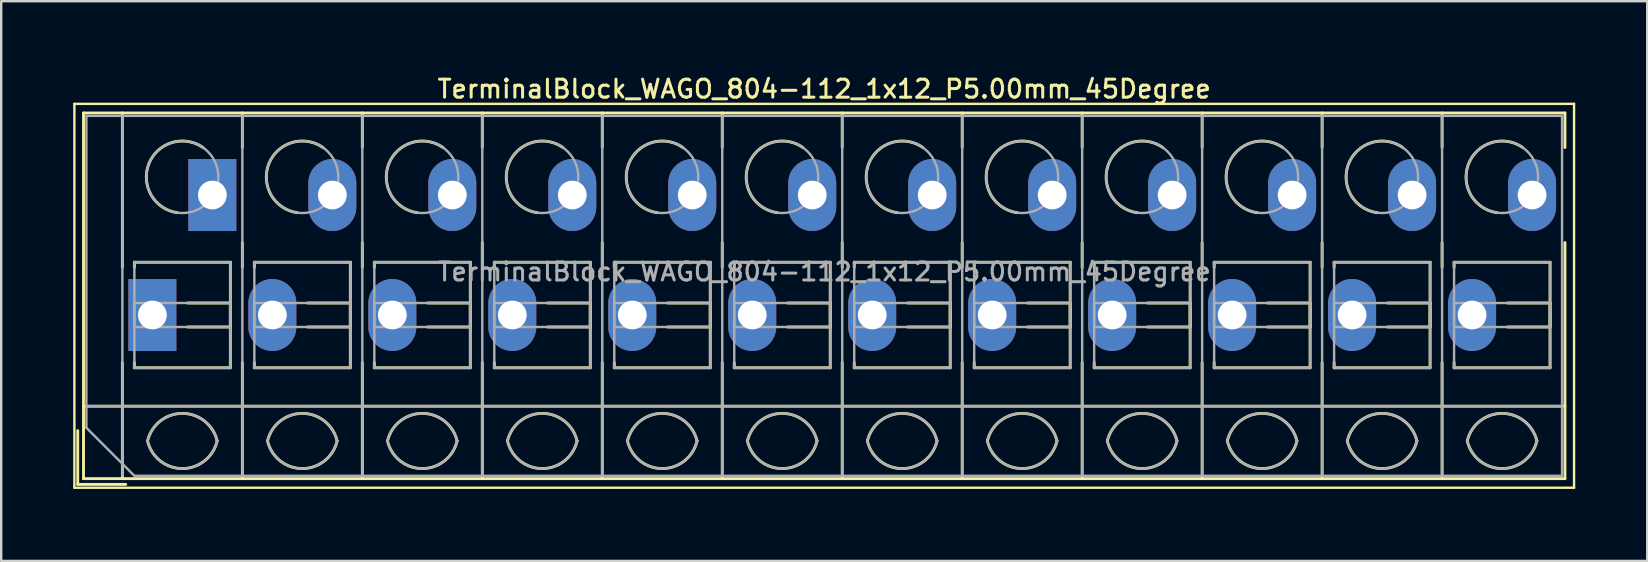
<source format=kicad_pcb>
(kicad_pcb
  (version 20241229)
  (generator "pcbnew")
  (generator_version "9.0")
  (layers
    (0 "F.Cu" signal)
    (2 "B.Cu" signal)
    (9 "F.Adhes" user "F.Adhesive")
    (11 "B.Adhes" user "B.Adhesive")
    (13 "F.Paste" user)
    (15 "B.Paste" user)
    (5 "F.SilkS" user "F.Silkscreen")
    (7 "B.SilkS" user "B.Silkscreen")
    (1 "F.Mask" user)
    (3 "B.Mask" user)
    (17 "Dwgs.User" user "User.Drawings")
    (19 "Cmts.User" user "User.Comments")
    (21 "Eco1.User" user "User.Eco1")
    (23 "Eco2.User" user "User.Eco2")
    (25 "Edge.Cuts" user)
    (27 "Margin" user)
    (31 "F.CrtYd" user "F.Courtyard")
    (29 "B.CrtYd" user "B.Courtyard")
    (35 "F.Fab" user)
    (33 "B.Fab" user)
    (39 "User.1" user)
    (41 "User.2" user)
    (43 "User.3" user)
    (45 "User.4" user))
  (footprint "TerminalBlock_WAGO_804-112_1x12_P5.00mm_45Degree"
    (layer "F.Cu")
    (at 3.3 10.078)
    (property "Reference" "TerminalBlock_WAGO_804-112_1x12_P5.00mm_45Degree" (at 28 -9.42 0) (layer "F.SilkS") (effects (font (size 0.75 0.75) (thickness 0.125))))
    (attr through_hole)
    (fp_line (start -3.25 -8.8) (end -3.25 7.2) (stroke (width 0.1) (type solid)) (layer "F.SilkS"))
    (fp_line (start -3.25 7.2) (end 59.25 7.2) (stroke (width 0.1) (type solid)) (layer "F.SilkS"))
    (fp_line (start -3.11 4.82) (end -3.11 7.06) (stroke (width 0.12) (type solid)) (layer "F.SilkS"))
    (fp_line (start -3.11 7.06) (end -1.11 7.06) (stroke (width 0.12) (type solid)) (layer "F.SilkS"))
    (fp_line (start -2.87 -8.42) (end -2.87 6.82) (stroke (width 0.12) (type solid)) (layer "F.SilkS"))
    (fp_line (start -2.87 -8.42) (end 58.87 -8.42) (stroke (width 0.12) (type solid)) (layer "F.SilkS"))
    (fp_line (start -2.87 3.8) (end 58.87 3.8) (stroke (width 0.12) (type solid)) (layer "F.SilkS"))
    (fp_line (start -2.87 6.82) (end 58.87 6.82) (stroke (width 0.12) (type solid)) (layer "F.SilkS"))
    (fp_line (start -1.25 -8.42) (end -1.25 -1.98) (stroke (width 0.12) (type solid)) (layer "F.SilkS"))
    (fp_line (start -1.25 1.98) (end -1.25 6.82) (stroke (width 0.12) (type solid)) (layer "F.SilkS"))
    (fp_line (start -0.75 -2.2) (end -0.75 -1.98) (stroke (width 0.12) (type solid)) (layer "F.SilkS"))
    (fp_line (start -0.75 -2.2) (end 3.25 -2.2) (stroke (width 0.12) (type solid)) (layer "F.SilkS"))
    (fp_line (start -0.75 1.98) (end -0.75 2.2) (stroke (width 0.12) (type solid)) (layer "F.SilkS"))
    (fp_line (start -0.75 2.2) (end 3.25 2.2) (stroke (width 0.12) (type solid)) (layer "F.SilkS"))
    (fp_line (start 1.48 -0.5) (end 3.25 -0.5) (stroke (width 0.12) (type solid)) (layer "F.SilkS"))
    (fp_line (start 1.48 0.5) (end 3.25 0.5) (stroke (width 0.12) (type solid)) (layer "F.SilkS"))
    (fp_line (start 3.25 -2.2) (end 3.25 2.2) (stroke (width 0.12) (type solid)) (layer "F.SilkS"))
    (fp_line (start 3.25 -0.5) (end 3.25 0.5) (stroke (width 0.12) (type solid)) (layer "F.SilkS"))
    (fp_line (start 3.75 -8.42) (end 3.75 -6.98) (stroke (width 0.12) (type solid)) (layer "F.SilkS"))
    (fp_line (start 3.75 -3.02) (end 3.75 -1.98) (stroke (width 0.12) (type solid)) (layer "F.SilkS"))
    (fp_line (start 3.75 1.98) (end 3.75 6.82) (stroke (width 0.12) (type solid)) (layer "F.SilkS"))
    (fp_line (start 4.25 -2.2) (end 4.25 -1.98) (stroke (width 0.12) (type solid)) (layer "F.SilkS"))
    (fp_line (start 4.25 -2.2) (end 8.25 -2.2) (stroke (width 0.12) (type solid)) (layer "F.SilkS"))
    (fp_line (start 4.25 1.98) (end 4.25 2.2) (stroke (width 0.12) (type solid)) (layer "F.SilkS"))
    (fp_line (start 4.25 2.2) (end 8.25 2.2) (stroke (width 0.12) (type solid)) (layer "F.SilkS"))
    (fp_line (start 6.48 -0.5) (end 8.25 -0.5) (stroke (width 0.12) (type solid)) (layer "F.SilkS"))
    (fp_line (start 6.48 0.5) (end 8.25 0.5) (stroke (width 0.12) (type solid)) (layer "F.SilkS"))
    (fp_line (start 8.25 -2.2) (end 8.25 2.2) (stroke (width 0.12) (type solid)) (layer "F.SilkS"))
    (fp_line (start 8.25 -0.5) (end 8.25 0.5) (stroke (width 0.12) (type solid)) (layer "F.SilkS"))
    (fp_line (start 8.75 -8.42) (end 8.75 -6.98) (stroke (width 0.12) (type solid)) (layer "F.SilkS"))
    (fp_line (start 8.75 -3.02) (end 8.75 -1.98) (stroke (width 0.12) (type solid)) (layer "F.SilkS"))
    (fp_line (start 8.75 1.98) (end 8.75 6.82) (stroke (width 0.12) (type solid)) (layer "F.SilkS"))
    (fp_line (start 9.25 -2.2) (end 9.25 -1.98) (stroke (width 0.12) (type solid)) (layer "F.SilkS"))
    (fp_line (start 9.25 -2.2) (end 13.25 -2.2) (stroke (width 0.12) (type solid)) (layer "F.SilkS"))
    (fp_line (start 9.25 1.98) (end 9.25 2.2) (stroke (width 0.12) (type solid)) (layer "F.SilkS"))
    (fp_line (start 9.25 2.2) (end 13.25 2.2) (stroke (width 0.12) (type solid)) (layer "F.SilkS"))
    (fp_line (start 11.48 -0.5) (end 13.25 -0.5) (stroke (width 0.12) (type solid)) (layer "F.SilkS"))
    (fp_line (start 11.48 0.5) (end 13.25 0.5) (stroke (width 0.12) (type solid)) (layer "F.SilkS"))
    (fp_line (start 13.25 -2.2) (end 13.25 2.2) (stroke (width 0.12) (type solid)) (layer "F.SilkS"))
    (fp_line (start 13.25 -0.5) (end 13.25 0.5) (stroke (width 0.12) (type solid)) (layer "F.SilkS"))
    (fp_line (start 13.75 -8.42) (end 13.75 -6.98) (stroke (width 0.12) (type solid)) (layer "F.SilkS"))
    (fp_line (start 13.75 -3.02) (end 13.75 -1.98) (stroke (width 0.12) (type solid)) (layer "F.SilkS"))
    (fp_line (start 13.75 1.98) (end 13.75 6.82) (stroke (width 0.12) (type solid)) (layer "F.SilkS"))
    (fp_line (start 14.25 -2.2) (end 14.25 -1.98) (stroke (width 0.12) (type solid)) (layer "F.SilkS"))
    (fp_line (start 14.25 -2.2) (end 18.25 -2.2) (stroke (width 0.12) (type solid)) (layer "F.SilkS"))
    (fp_line (start 14.25 1.98) (end 14.25 2.2) (stroke (width 0.12) (type solid)) (layer "F.SilkS"))
    (fp_line (start 14.25 2.2) (end 18.25 2.2) (stroke (width 0.12) (type solid)) (layer "F.SilkS"))
    (fp_line (start 16.48 -0.5) (end 18.25 -0.5) (stroke (width 0.12) (type solid)) (layer "F.SilkS"))
    (fp_line (start 16.48 0.5) (end 18.25 0.5) (stroke (width 0.12) (type solid)) (layer "F.SilkS"))
    (fp_line (start 18.25 -2.2) (end 18.25 2.2) (stroke (width 0.12) (type solid)) (layer "F.SilkS"))
    (fp_line (start 18.25 -0.5) (end 18.25 0.5) (stroke (width 0.12) (type solid)) (layer "F.SilkS"))
    (fp_line (start 18.75 -8.42) (end 18.75 -6.98) (stroke (width 0.12) (type solid)) (layer "F.SilkS"))
    (fp_line (start 18.75 -3.02) (end 18.75 -1.98) (stroke (width 0.12) (type solid)) (layer "F.SilkS"))
    (fp_line (start 18.75 1.98) (end 18.75 6.82) (stroke (width 0.12) (type solid)) (layer "F.SilkS"))
    (fp_line (start 19.25 -2.2) (end 19.25 -1.98) (stroke (width 0.12) (type solid)) (layer "F.SilkS"))
    (fp_line (start 19.25 -2.2) (end 23.25 -2.2) (stroke (width 0.12) (type solid)) (layer "F.SilkS"))
    (fp_line (start 19.25 1.98) (end 19.25 2.2) (stroke (width 0.12) (type solid)) (layer "F.SilkS"))
    (fp_line (start 19.25 2.2) (end 23.25 2.2) (stroke (width 0.12) (type solid)) (layer "F.SilkS"))
    (fp_line (start 21.48 -0.5) (end 23.25 -0.5) (stroke (width 0.12) (type solid)) (layer "F.SilkS"))
    (fp_line (start 21.48 0.5) (end 23.25 0.5) (stroke (width 0.12) (type solid)) (layer "F.SilkS"))
    (fp_line (start 23.25 -2.2) (end 23.25 2.2) (stroke (width 0.12) (type solid)) (layer "F.SilkS"))
    (fp_line (start 23.25 -0.5) (end 23.25 0.5) (stroke (width 0.12) (type solid)) (layer "F.SilkS"))
    (fp_line (start 23.75 -8.42) (end 23.75 -6.98) (stroke (width 0.12) (type solid)) (layer "F.SilkS"))
    (fp_line (start 23.75 -3.02) (end 23.75 -1.98) (stroke (width 0.12) (type solid)) (layer "F.SilkS"))
    (fp_line (start 23.75 1.98) (end 23.75 6.82) (stroke (width 0.12) (type solid)) (layer "F.SilkS"))
    (fp_line (start 24.25 -2.2) (end 24.25 -1.98) (stroke (width 0.12) (type solid)) (layer "F.SilkS"))
    (fp_line (start 24.25 -2.2) (end 28.25 -2.2) (stroke (width 0.12) (type solid)) (layer "F.SilkS"))
    (fp_line (start 24.25 1.98) (end 24.25 2.2) (stroke (width 0.12) (type solid)) (layer "F.SilkS"))
    (fp_line (start 24.25 2.2) (end 28.25 2.2) (stroke (width 0.12) (type solid)) (layer "F.SilkS"))
    (fp_line (start 26.48 -0.5) (end 28.25 -0.5) (stroke (width 0.12) (type solid)) (layer "F.SilkS"))
    (fp_line (start 26.48 0.5) (end 28.25 0.5) (stroke (width 0.12) (type solid)) (layer "F.SilkS"))
    (fp_line (start 28.25 -2.2) (end 28.25 2.2) (stroke (width 0.12) (type solid)) (layer "F.SilkS"))
    (fp_line (start 28.25 -0.5) (end 28.25 0.5) (stroke (width 0.12) (type solid)) (layer "F.SilkS"))
    (fp_line (start 28.75 -8.42) (end 28.75 -6.98) (stroke (width 0.12) (type solid)) (layer "F.SilkS"))
    (fp_line (start 28.75 -3.02) (end 28.75 -1.98) (stroke (width 0.12) (type solid)) (layer "F.SilkS"))
    (fp_line (start 28.75 1.98) (end 28.75 6.82) (stroke (width 0.12) (type solid)) (layer "F.SilkS"))
    (fp_line (start 29.25 -2.2) (end 29.25 -1.98) (stroke (width 0.12) (type solid)) (layer "F.SilkS"))
    (fp_line (start 29.25 -2.2) (end 33.25 -2.2) (stroke (width 0.12) (type solid)) (layer "F.SilkS"))
    (fp_line (start 29.25 1.98) (end 29.25 2.2) (stroke (width 0.12) (type solid)) (layer "F.SilkS"))
    (fp_line (start 29.25 2.2) (end 33.25 2.2) (stroke (width 0.12) (type solid)) (layer "F.SilkS"))
    (fp_line (start 31.48 -0.5) (end 33.25 -0.5) (stroke (width 0.12) (type solid)) (layer "F.SilkS"))
    (fp_line (start 31.48 0.5) (end 33.25 0.5) (stroke (width 0.12) (type solid)) (layer "F.SilkS"))
    (fp_line (start 33.25 -2.2) (end 33.25 2.2) (stroke (width 0.12) (type solid)) (layer "F.SilkS"))
    (fp_line (start 33.25 -0.5) (end 33.25 0.5) (stroke (width 0.12) (type solid)) (layer "F.SilkS"))
    (fp_line (start 33.75 -8.42) (end 33.75 -6.98) (stroke (width 0.12) (type solid)) (layer "F.SilkS"))
    (fp_line (start 33.75 -3.02) (end 33.75 -1.98) (stroke (width 0.12) (type solid)) (layer "F.SilkS"))
    (fp_line (start 33.75 1.98) (end 33.75 6.82) (stroke (width 0.12) (type solid)) (layer "F.SilkS"))
    (fp_line (start 34.25 -2.2) (end 34.25 -1.98) (stroke (width 0.12) (type solid)) (layer "F.SilkS"))
    (fp_line (start 34.25 -2.2) (end 38.25 -2.2) (stroke (width 0.12) (type solid)) (layer "F.SilkS"))
    (fp_line (start 34.25 1.98) (end 34.25 2.2) (stroke (width 0.12) (type solid)) (layer "F.SilkS"))
    (fp_line (start 34.25 2.2) (end 38.25 2.2) (stroke (width 0.12) (type solid)) (layer "F.SilkS"))
    (fp_line (start 36.48 -0.5) (end 38.25 -0.5) (stroke (width 0.12) (type solid)) (layer "F.SilkS"))
    (fp_line (start 36.48 0.5) (end 38.25 0.5) (stroke (width 0.12) (type solid)) (layer "F.SilkS"))
    (fp_line (start 38.25 -2.2) (end 38.25 2.2) (stroke (width 0.12) (type solid)) (layer "F.SilkS"))
    (fp_line (start 38.25 -0.5) (end 38.25 0.5) (stroke (width 0.12) (type solid)) (layer "F.SilkS"))
    (fp_line (start 38.75 -8.42) (end 38.75 -6.98) (stroke (width 0.12) (type solid)) (layer "F.SilkS"))
    (fp_line (start 38.75 -3.02) (end 38.75 -1.98) (stroke (width 0.12) (type solid)) (layer "F.SilkS"))
    (fp_line (start 38.75 1.98) (end 38.75 6.82) (stroke (width 0.12) (type solid)) (layer "F.SilkS"))
    (fp_line (start 39.25 -2.2) (end 39.25 -1.98) (stroke (width 0.12) (type solid)) (layer "F.SilkS"))
    (fp_line (start 39.25 -2.2) (end 43.25 -2.2) (stroke (width 0.12) (type solid)) (layer "F.SilkS"))
    (fp_line (start 39.25 1.98) (end 39.25 2.2) (stroke (width 0.12) (type solid)) (layer "F.SilkS"))
    (fp_line (start 39.25 2.2) (end 43.25 2.2) (stroke (width 0.12) (type solid)) (layer "F.SilkS"))
    (fp_line (start 41.48 -0.5) (end 43.25 -0.5) (stroke (width 0.12) (type solid)) (layer "F.SilkS"))
    (fp_line (start 41.48 0.5) (end 43.25 0.5) (stroke (width 0.12) (type solid)) (layer "F.SilkS"))
    (fp_line (start 43.25 -2.2) (end 43.25 2.2) (stroke (width 0.12) (type solid)) (layer "F.SilkS"))
    (fp_line (start 43.25 -0.5) (end 43.25 0.5) (stroke (width 0.12) (type solid)) (layer "F.SilkS"))
    (fp_line (start 43.75 -8.42) (end 43.75 -6.98) (stroke (width 0.12) (type solid)) (layer "F.SilkS"))
    (fp_line (start 43.75 -3.02) (end 43.75 -1.98) (stroke (width 0.12) (type solid)) (layer "F.SilkS"))
    (fp_line (start 43.75 1.98) (end 43.75 6.82) (stroke (width 0.12) (type solid)) (layer "F.SilkS"))
    (fp_line (start 44.25 -2.2) (end 44.25 -1.98) (stroke (width 0.12) (type solid)) (layer "F.SilkS"))
    (fp_line (start 44.25 -2.2) (end 48.25 -2.2) (stroke (width 0.12) (type solid)) (layer "F.SilkS"))
    (fp_line (start 44.25 1.98) (end 44.25 2.2) (stroke (width 0.12) (type solid)) (layer "F.SilkS"))
    (fp_line (start 44.25 2.2) (end 48.25 2.2) (stroke (width 0.12) (type solid)) (layer "F.SilkS"))
    (fp_line (start 46.48 -0.5) (end 48.25 -0.5) (stroke (width 0.12) (type solid)) (layer "F.SilkS"))
    (fp_line (start 46.48 0.5) (end 48.25 0.5) (stroke (width 0.12) (type solid)) (layer "F.SilkS"))
    (fp_line (start 48.25 -2.2) (end 48.25 2.2) (stroke (width 0.12) (type solid)) (layer "F.SilkS"))
    (fp_line (start 48.25 -0.5) (end 48.25 0.5) (stroke (width 0.12) (type solid)) (layer "F.SilkS"))
    (fp_line (start 48.75 -8.42) (end 48.75 -6.98) (stroke (width 0.12) (type solid)) (layer "F.SilkS"))
    (fp_line (start 48.75 -3.02) (end 48.75 -1.98) (stroke (width 0.12) (type solid)) (layer "F.SilkS"))
    (fp_line (start 48.75 1.98) (end 48.75 6.82) (stroke (width 0.12) (type solid)) (layer "F.SilkS"))
    (fp_line (start 49.25 -2.2) (end 49.25 -1.98) (stroke (width 0.12) (type solid)) (layer "F.SilkS"))
    (fp_line (start 49.25 -2.2) (end 53.25 -2.2) (stroke (width 0.12) (type solid)) (layer "F.SilkS"))
    (fp_line (start 49.25 1.98) (end 49.25 2.2) (stroke (width 0.12) (type solid)) (layer "F.SilkS"))
    (fp_line (start 49.25 2.2) (end 53.25 2.2) (stroke (width 0.12) (type solid)) (layer "F.SilkS"))
    (fp_line (start 51.48 -0.5) (end 53.25 -0.5) (stroke (width 0.12) (type solid)) (layer "F.SilkS"))
    (fp_line (start 51.48 0.5) (end 53.25 0.5) (stroke (width 0.12) (type solid)) (layer "F.SilkS"))
    (fp_line (start 53.25 -2.2) (end 53.25 2.2) (stroke (width 0.12) (type solid)) (layer "F.SilkS"))
    (fp_line (start 53.25 -0.5) (end 53.25 0.5) (stroke (width 0.12) (type solid)) (layer "F.SilkS"))
    (fp_line (start 53.75 -8.42) (end 53.75 -6.98) (stroke (width 0.12) (type solid)) (layer "F.SilkS"))
    (fp_line (start 53.75 -3.02) (end 53.75 -1.98) (stroke (width 0.12) (type solid)) (layer "F.SilkS"))
    (fp_line (start 53.75 1.98) (end 53.75 6.82) (stroke (width 0.12) (type solid)) (layer "F.SilkS"))
    (fp_line (start 54.25 -2.2) (end 54.25 -1.98) (stroke (width 0.12) (type solid)) (layer "F.SilkS"))
    (fp_line (start 54.25 -2.2) (end 58.25 -2.2) (stroke (width 0.12) (type solid)) (layer "F.SilkS"))
    (fp_line (start 54.25 1.98) (end 54.25 2.2) (stroke (width 0.12) (type solid)) (layer "F.SilkS"))
    (fp_line (start 54.25 2.2) (end 58.25 2.2) (stroke (width 0.12) (type solid)) (layer "F.SilkS"))
    (fp_line (start 56.48 -0.5) (end 58.25 -0.5) (stroke (width 0.12) (type solid)) (layer "F.SilkS"))
    (fp_line (start 56.48 0.5) (end 58.25 0.5) (stroke (width 0.12) (type solid)) (layer "F.SilkS"))
    (fp_line (start 58.25 -2.2) (end 58.25 2.2) (stroke (width 0.12) (type solid)) (layer "F.SilkS"))
    (fp_line (start 58.25 -0.5) (end 58.25 0.5) (stroke (width 0.12) (type solid)) (layer "F.SilkS"))
    (fp_line (start 58.87 -8.42) (end 58.87 -6.98) (stroke (width 0.12) (type solid)) (layer "F.SilkS"))
    (fp_line (start 58.87 -3.02) (end 58.87 6.82) (stroke (width 0.12) (type solid)) (layer "F.SilkS"))
    (fp_line (start 59.25 -8.8) (end -3.25 -8.8) (stroke (width 0.1) (type solid)) (layer "F.SilkS"))
    (fp_line (start 59.25 7.2) (end 59.25 -8.8) (stroke (width 0.1) (type solid)) (layer "F.SilkS"))
    (fp_arc (start -0.200865 5.250424) (mid 1.250296 4.099926) (end 2.701 5.251) (stroke (width 0.12) (type solid)) (layer "F.SilkS"))
    (fp_arc (start 1.040798 -4.264067) (mid -0.146039 -6.300306) (end 2.111 -6.979) (stroke (width 0.12) (type solid)) (layer "F.SilkS"))
    (fp_arc (start 2.7 5.25) (mid 1.250068 6.400101) (end -0.199969 5.250133) (stroke (width 0.12) (type solid)) (layer "F.SilkS"))
    (fp_arc (start 4.799135 5.250424) (mid 6.250296 4.099926) (end 7.701 5.251) (stroke (width 0.12) (type solid)) (layer "F.SilkS"))
    (fp_arc (start 6.040798 -4.264067) (mid 4.853961 -6.300306) (end 7.111 -6.979) (stroke (width 0.12) (type solid)) (layer "F.SilkS"))
    (fp_arc (start 7.7 5.25) (mid 6.250068 6.400101) (end 4.800031 5.250133) (stroke (width 0.12) (type solid)) (layer "F.SilkS"))
    (fp_arc (start 9.799135 5.250424) (mid 11.250296 4.099926) (end 12.701 5.251) (stroke (width 0.12) (type solid)) (layer "F.SilkS"))
    (fp_arc (start 11.040798 -4.264067) (mid 9.853961 -6.300306) (end 12.111 -6.979) (stroke (width 0.12) (type solid)) (layer "F.SilkS"))
    (fp_arc (start 12.7 5.25) (mid 11.250068 6.400101) (end 9.800031 5.250133) (stroke (width 0.12) (type solid)) (layer "F.SilkS"))
    (fp_arc (start 14.799135 5.250424) (mid 16.250296 4.099926) (end 17.701 5.251) (stroke (width 0.12) (type solid)) (layer "F.SilkS"))
    (fp_arc (start 16.040798 -4.264067) (mid 14.853961 -6.300306) (end 17.111 -6.979) (stroke (width 0.12) (type solid)) (layer "F.SilkS"))
    (fp_arc (start 17.7 5.25) (mid 16.250068 6.400101) (end 14.800031 5.250133) (stroke (width 0.12) (type solid)) (layer "F.SilkS"))
    (fp_arc (start 19.799135 5.250424) (mid 21.250296 4.099926) (end 22.701 5.251) (stroke (width 0.12) (type solid)) (layer "F.SilkS"))
    (fp_arc (start 21.040798 -4.264067) (mid 19.853961 -6.300306) (end 22.111 -6.979) (stroke (width 0.12) (type solid)) (layer "F.SilkS"))
    (fp_arc (start 22.7 5.25) (mid 21.250068 6.400101) (end 19.800031 5.250133) (stroke (width 0.12) (type solid)) (layer "F.SilkS"))
    (fp_arc (start 24.799135 5.250424) (mid 26.250296 4.099926) (end 27.701 5.251) (stroke (width 0.12) (type solid)) (layer "F.SilkS"))
    (fp_arc (start 26.040798 -4.264067) (mid 24.853961 -6.300306) (end 27.111 -6.979) (stroke (width 0.12) (type solid)) (layer "F.SilkS"))
    (fp_arc (start 27.7 5.25) (mid 26.250068 6.400101) (end 24.800031 5.250133) (stroke (width 0.12) (type solid)) (layer "F.SilkS"))
    (fp_arc (start 29.799135 5.250424) (mid 31.250296 4.099926) (end 32.701 5.251) (stroke (width 0.12) (type solid)) (layer "F.SilkS"))
    (fp_arc (start 31.040798 -4.264067) (mid 29.853961 -6.300306) (end 32.111 -6.979) (stroke (width 0.12) (type solid)) (layer "F.SilkS"))
    (fp_arc (start 32.701 5.25) (mid 31.250296 6.401074) (end 29.799135 5.250576) (stroke (width 0.12) (type solid)) (layer "F.SilkS"))
    (fp_arc (start 34.799135 5.250424) (mid 36.250296 4.099926) (end 37.701 5.251) (stroke (width 0.12) (type solid)) (layer "F.SilkS"))
    (fp_arc (start 36.040798 -4.264067) (mid 34.853961 -6.300306) (end 37.111 -6.979) (stroke (width 0.12) (type solid)) (layer "F.SilkS"))
    (fp_arc (start 37.7 5.25) (mid 36.250068 6.400101) (end 34.800031 5.250133) (stroke (width 0.12) (type solid)) (layer "F.SilkS"))
    (fp_arc (start 39.799135 5.250424) (mid 41.250296 4.099926) (end 42.701 5.251) (stroke (width 0.12) (type solid)) (layer "F.SilkS"))
    (fp_arc (start 41.040798 -4.264067) (mid 39.853961 -6.300306) (end 42.111 -6.979) (stroke (width 0.12) (type solid)) (layer "F.SilkS"))
    (fp_arc (start 42.7 5.25) (mid 41.250068 6.400101) (end 39.800031 5.250133) (stroke (width 0.12) (type solid)) (layer "F.SilkS"))
    (fp_arc (start 44.799135 5.250424) (mid 46.250296 4.099926) (end 47.701 5.251) (stroke (width 0.12) (type solid)) (layer "F.SilkS"))
    (fp_arc (start 46.040798 -4.264067) (mid 44.853961 -6.300306) (end 47.111 -6.979) (stroke (width 0.12) (type solid)) (layer "F.SilkS"))
    (fp_arc (start 47.7 5.25) (mid 46.250068 6.400101) (end 44.800031 5.250133) (stroke (width 0.12) (type solid)) (layer "F.SilkS"))
    (fp_arc (start 49.799135 5.250424) (mid 51.250296 4.099926) (end 52.701 5.251) (stroke (width 0.12) (type solid)) (layer "F.SilkS"))
    (fp_arc (start 51.040798 -4.264067) (mid 49.853961 -6.300306) (end 52.111 -6.979) (stroke (width 0.12) (type solid)) (layer "F.SilkS"))
    (fp_arc (start 52.7 5.25) (mid 51.250068 6.400101) (end 49.800031 5.250133) (stroke (width 0.12) (type solid)) (layer "F.SilkS"))
    (fp_arc (start 54.799135 5.250424) (mid 56.250296 4.099926) (end 57.701 5.251) (stroke (width 0.12) (type solid)) (layer "F.SilkS"))
    (fp_arc (start 56.040798 -4.264067) (mid 54.853961 -6.300306) (end 57.111 -6.979) (stroke (width 0.12) (type solid)) (layer "F.SilkS"))
    (fp_arc (start 57.7 5.25) (mid 56.250068 6.400101) (end 54.800031 5.250133) (stroke (width 0.12) (type solid)) (layer "F.SilkS"))
    (fp_line (start -2.75 -8.3) (end 58.75 -8.3) (stroke (width 0.1) (type solid)) (layer "F.Fab"))
    (fp_line (start -2.75 3.8) (end 58.75 3.8) (stroke (width 0.1) (type solid)) (layer "F.Fab"))
    (fp_line (start -2.75 4.7) (end -2.75 -8.3) (stroke (width 0.1) (type solid)) (layer "F.Fab"))
    (fp_line (start -1.25 -8.3) (end -1.25 6.7) (stroke (width 0.1) (type solid)) (layer "F.Fab"))
    (fp_line (start -0.75 -2.2) (end -0.75 2.2) (stroke (width 0.1) (type solid)) (layer "F.Fab"))
    (fp_line (start -0.75 -0.5) (end -0.75 0.5) (stroke (width 0.1) (type solid)) (layer "F.Fab"))
    (fp_line (start -0.75 0.5) (end 3.25 0.5) (stroke (width 0.1) (type solid)) (layer "F.Fab"))
    (fp_line (start -0.75 2.2) (end 3.25 2.2) (stroke (width 0.1) (type solid)) (layer "F.Fab"))
    (fp_line (start -0.75 6.7) (end -2.75 4.7) (stroke (width 0.1) (type solid)) (layer "F.Fab"))
    (fp_line (start 3.25 -2.2) (end -0.75 -2.2) (stroke (width 0.1) (type solid)) (layer "F.Fab"))
    (fp_line (start 3.25 -0.5) (end -0.75 -0.5) (stroke (width 0.1) (type solid)) (layer "F.Fab"))
    (fp_line (start 3.25 0.5) (end 3.25 -0.5) (stroke (width 0.1) (type solid)) (layer "F.Fab"))
    (fp_line (start 3.25 2.2) (end 3.25 -2.2) (stroke (width 0.1) (type solid)) (layer "F.Fab"))
    (fp_line (start 3.75 -8.3) (end 3.75 6.7) (stroke (width 0.1) (type solid)) (layer "F.Fab"))
    (fp_line (start 4.25 -2.2) (end 4.25 2.2) (stroke (width 0.1) (type solid)) (layer "F.Fab"))
    (fp_line (start 4.25 -0.5) (end 4.25 0.5) (stroke (width 0.1) (type solid)) (layer "F.Fab"))
    (fp_line (start 4.25 0.5) (end 8.25 0.5) (stroke (width 0.1) (type solid)) (layer "F.Fab"))
    (fp_line (start 4.25 2.2) (end 8.25 2.2) (stroke (width 0.1) (type solid)) (layer "F.Fab"))
    (fp_line (start 8.25 -2.2) (end 4.25 -2.2) (stroke (width 0.1) (type solid)) (layer "F.Fab"))
    (fp_line (start 8.25 -0.5) (end 4.25 -0.5) (stroke (width 0.1) (type solid)) (layer "F.Fab"))
    (fp_line (start 8.25 0.5) (end 8.25 -0.5) (stroke (width 0.1) (type solid)) (layer "F.Fab"))
    (fp_line (start 8.25 2.2) (end 8.25 -2.2) (stroke (width 0.1) (type solid)) (layer "F.Fab"))
    (fp_line (start 8.75 -8.3) (end 8.75 6.7) (stroke (width 0.1) (type solid)) (layer "F.Fab"))
    (fp_line (start 9.25 -2.2) (end 9.25 2.2) (stroke (width 0.1) (type solid)) (layer "F.Fab"))
    (fp_line (start 9.25 -0.5) (end 9.25 0.5) (stroke (width 0.1) (type solid)) (layer "F.Fab"))
    (fp_line (start 9.25 0.5) (end 13.25 0.5) (stroke (width 0.1) (type solid)) (layer "F.Fab"))
    (fp_line (start 9.25 2.2) (end 13.25 2.2) (stroke (width 0.1) (type solid)) (layer "F.Fab"))
    (fp_line (start 13.25 -2.2) (end 9.25 -2.2) (stroke (width 0.1) (type solid)) (layer "F.Fab"))
    (fp_line (start 13.25 -0.5) (end 9.25 -0.5) (stroke (width 0.1) (type solid)) (layer "F.Fab"))
    (fp_line (start 13.25 0.5) (end 13.25 -0.5) (stroke (width 0.1) (type solid)) (layer "F.Fab"))
    (fp_line (start 13.25 2.2) (end 13.25 -2.2) (stroke (width 0.1) (type solid)) (layer "F.Fab"))
    (fp_line (start 13.75 -8.3) (end 13.75 6.7) (stroke (width 0.1) (type solid)) (layer "F.Fab"))
    (fp_line (start 14.25 -2.2) (end 14.25 2.2) (stroke (width 0.1) (type solid)) (layer "F.Fab"))
    (fp_line (start 14.25 -0.5) (end 14.25 0.5) (stroke (width 0.1) (type solid)) (layer "F.Fab"))
    (fp_line (start 14.25 0.5) (end 18.25 0.5) (stroke (width 0.1) (type solid)) (layer "F.Fab"))
    (fp_line (start 14.25 2.2) (end 18.25 2.2) (stroke (width 0.1) (type solid)) (layer "F.Fab"))
    (fp_line (start 18.25 -2.2) (end 14.25 -2.2) (stroke (width 0.1) (type solid)) (layer "F.Fab"))
    (fp_line (start 18.25 -0.5) (end 14.25 -0.5) (stroke (width 0.1) (type solid)) (layer "F.Fab"))
    (fp_line (start 18.25 0.5) (end 18.25 -0.5) (stroke (width 0.1) (type solid)) (layer "F.Fab"))
    (fp_line (start 18.25 2.2) (end 18.25 -2.2) (stroke (width 0.1) (type solid)) (layer "F.Fab"))
    (fp_line (start 18.75 -8.3) (end 18.75 6.7) (stroke (width 0.1) (type solid)) (layer "F.Fab"))
    (fp_line (start 19.25 -2.2) (end 19.25 2.2) (stroke (width 0.1) (type solid)) (layer "F.Fab"))
    (fp_line (start 19.25 -0.5) (end 19.25 0.5) (stroke (width 0.1) (type solid)) (layer "F.Fab"))
    (fp_line (start 19.25 0.5) (end 23.25 0.5) (stroke (width 0.1) (type solid)) (layer "F.Fab"))
    (fp_line (start 19.25 2.2) (end 23.25 2.2) (stroke (width 0.1) (type solid)) (layer "F.Fab"))
    (fp_line (start 23.25 -2.2) (end 19.25 -2.2) (stroke (width 0.1) (type solid)) (layer "F.Fab"))
    (fp_line (start 23.25 -0.5) (end 19.25 -0.5) (stroke (width 0.1) (type solid)) (layer "F.Fab"))
    (fp_line (start 23.25 0.5) (end 23.25 -0.5) (stroke (width 0.1) (type solid)) (layer "F.Fab"))
    (fp_line (start 23.25 2.2) (end 23.25 -2.2) (stroke (width 0.1) (type solid)) (layer "F.Fab"))
    (fp_line (start 23.75 -8.3) (end 23.75 6.7) (stroke (width 0.1) (type solid)) (layer "F.Fab"))
    (fp_line (start 24.25 -2.2) (end 24.25 2.2) (stroke (width 0.1) (type solid)) (layer "F.Fab"))
    (fp_line (start 24.25 -0.5) (end 24.25 0.5) (stroke (width 0.1) (type solid)) (layer "F.Fab"))
    (fp_line (start 24.25 0.5) (end 28.25 0.5) (stroke (width 0.1) (type solid)) (layer "F.Fab"))
    (fp_line (start 24.25 2.2) (end 28.25 2.2) (stroke (width 0.1) (type solid)) (layer "F.Fab"))
    (fp_line (start 28.25 -2.2) (end 24.25 -2.2) (stroke (width 0.1) (type solid)) (layer "F.Fab"))
    (fp_line (start 28.25 -0.5) (end 24.25 -0.5) (stroke (width 0.1) (type solid)) (layer "F.Fab"))
    (fp_line (start 28.25 0.5) (end 28.25 -0.5) (stroke (width 0.1) (type solid)) (layer "F.Fab"))
    (fp_line (start 28.25 2.2) (end 28.25 -2.2) (stroke (width 0.1) (type solid)) (layer "F.Fab"))
    (fp_line (start 28.75 -8.3) (end 28.75 6.7) (stroke (width 0.1) (type solid)) (layer "F.Fab"))
    (fp_line (start 29.25 -2.2) (end 29.25 2.2) (stroke (width 0.1) (type solid)) (layer "F.Fab"))
    (fp_line (start 29.25 -0.5) (end 29.25 0.5) (stroke (width 0.1) (type solid)) (layer "F.Fab"))
    (fp_line (start 29.25 0.5) (end 33.25 0.5) (stroke (width 0.1) (type solid)) (layer "F.Fab"))
    (fp_line (start 29.25 2.2) (end 33.25 2.2) (stroke (width 0.1) (type solid)) (layer "F.Fab"))
    (fp_line (start 33.25 -2.2) (end 29.25 -2.2) (stroke (width 0.1) (type solid)) (layer "F.Fab"))
    (fp_line (start 33.25 -0.5) (end 29.25 -0.5) (stroke (width 0.1) (type solid)) (layer "F.Fab"))
    (fp_line (start 33.25 0.5) (end 33.25 -0.5) (stroke (width 0.1) (type solid)) (layer "F.Fab"))
    (fp_line (start 33.25 2.2) (end 33.25 -2.2) (stroke (width 0.1) (type solid)) (layer "F.Fab"))
    (fp_line (start 33.75 -8.3) (end 33.75 6.7) (stroke (width 0.1) (type solid)) (layer "F.Fab"))
    (fp_line (start 34.25 -2.2) (end 34.25 2.2) (stroke (width 0.1) (type solid)) (layer "F.Fab"))
    (fp_line (start 34.25 -0.5) (end 34.25 0.5) (stroke (width 0.1) (type solid)) (layer "F.Fab"))
    (fp_line (start 34.25 0.5) (end 38.25 0.5) (stroke (width 0.1) (type solid)) (layer "F.Fab"))
    (fp_line (start 34.25 2.2) (end 38.25 2.2) (stroke (width 0.1) (type solid)) (layer "F.Fab"))
    (fp_line (start 38.25 -2.2) (end 34.25 -2.2) (stroke (width 0.1) (type solid)) (layer "F.Fab"))
    (fp_line (start 38.25 -0.5) (end 34.25 -0.5) (stroke (width 0.1) (type solid)) (layer "F.Fab"))
    (fp_line (start 38.25 0.5) (end 38.25 -0.5) (stroke (width 0.1) (type solid)) (layer "F.Fab"))
    (fp_line (start 38.25 2.2) (end 38.25 -2.2) (stroke (width 0.1) (type solid)) (layer "F.Fab"))
    (fp_line (start 38.75 -8.3) (end 38.75 6.7) (stroke (width 0.1) (type solid)) (layer "F.Fab"))
    (fp_line (start 39.25 -2.2) (end 39.25 2.2) (stroke (width 0.1) (type solid)) (layer "F.Fab"))
    (fp_line (start 39.25 -0.5) (end 39.25 0.5) (stroke (width 0.1) (type solid)) (layer "F.Fab"))
    (fp_line (start 39.25 0.5) (end 43.25 0.5) (stroke (width 0.1) (type solid)) (layer "F.Fab"))
    (fp_line (start 39.25 2.2) (end 43.25 2.2) (stroke (width 0.1) (type solid)) (layer "F.Fab"))
    (fp_line (start 43.25 -2.2) (end 39.25 -2.2) (stroke (width 0.1) (type solid)) (layer "F.Fab"))
    (fp_line (start 43.25 -0.5) (end 39.25 -0.5) (stroke (width 0.1) (type solid)) (layer "F.Fab"))
    (fp_line (start 43.25 0.5) (end 43.25 -0.5) (stroke (width 0.1) (type solid)) (layer "F.Fab"))
    (fp_line (start 43.25 2.2) (end 43.25 -2.2) (stroke (width 0.1) (type solid)) (layer "F.Fab"))
    (fp_line (start 43.75 -8.3) (end 43.75 6.7) (stroke (width 0.1) (type solid)) (layer "F.Fab"))
    (fp_line (start 44.25 -2.2) (end 44.25 2.2) (stroke (width 0.1) (type solid)) (layer "F.Fab"))
    (fp_line (start 44.25 -0.5) (end 44.25 0.5) (stroke (width 0.1) (type solid)) (layer "F.Fab"))
    (fp_line (start 44.25 0.5) (end 48.25 0.5) (stroke (width 0.1) (type solid)) (layer "F.Fab"))
    (fp_line (start 44.25 2.2) (end 48.25 2.2) (stroke (width 0.1) (type solid)) (layer "F.Fab"))
    (fp_line (start 48.25 -2.2) (end 44.25 -2.2) (stroke (width 0.1) (type solid)) (layer "F.Fab"))
    (fp_line (start 48.25 -0.5) (end 44.25 -0.5) (stroke (width 0.1) (type solid)) (layer "F.Fab"))
    (fp_line (start 48.25 0.5) (end 48.25 -0.5) (stroke (width 0.1) (type solid)) (layer "F.Fab"))
    (fp_line (start 48.25 2.2) (end 48.25 -2.2) (stroke (width 0.1) (type solid)) (layer "F.Fab"))
    (fp_line (start 48.75 -8.3) (end 48.75 6.7) (stroke (width 0.1) (type solid)) (layer "F.Fab"))
    (fp_line (start 49.25 -2.2) (end 49.25 2.2) (stroke (width 0.1) (type solid)) (layer "F.Fab"))
    (fp_line (start 49.25 -0.5) (end 49.25 0.5) (stroke (width 0.1) (type solid)) (layer "F.Fab"))
    (fp_line (start 49.25 0.5) (end 53.25 0.5) (stroke (width 0.1) (type solid)) (layer "F.Fab"))
    (fp_line (start 49.25 2.2) (end 53.25 2.2) (stroke (width 0.1) (type solid)) (layer "F.Fab"))
    (fp_line (start 53.25 -2.2) (end 49.25 -2.2) (stroke (width 0.1) (type solid)) (layer "F.Fab"))
    (fp_line (start 53.25 -0.5) (end 49.25 -0.5) (stroke (width 0.1) (type solid)) (layer "F.Fab"))
    (fp_line (start 53.25 0.5) (end 53.25 -0.5) (stroke (width 0.1) (type solid)) (layer "F.Fab"))
    (fp_line (start 53.25 2.2) (end 53.25 -2.2) (stroke (width 0.1) (type solid)) (layer "F.Fab"))
    (fp_line (start 53.75 -8.3) (end 53.75 6.7) (stroke (width 0.1) (type solid)) (layer "F.Fab"))
    (fp_line (start 54.25 -2.2) (end 54.25 2.2) (stroke (width 0.1) (type solid)) (layer "F.Fab"))
    (fp_line (start 54.25 -0.5) (end 54.25 0.5) (stroke (width 0.1) (type solid)) (layer "F.Fab"))
    (fp_line (start 54.25 0.5) (end 58.25 0.5) (stroke (width 0.1) (type solid)) (layer "F.Fab"))
    (fp_line (start 54.25 2.2) (end 58.25 2.2) (stroke (width 0.1) (type solid)) (layer "F.Fab"))
    (fp_line (start 58.25 -2.2) (end 54.25 -2.2) (stroke (width 0.1) (type solid)) (layer "F.Fab"))
    (fp_line (start 58.25 -0.5) (end 54.25 -0.5) (stroke (width 0.1) (type solid)) (layer "F.Fab"))
    (fp_line (start 58.25 0.5) (end 58.25 -0.5) (stroke (width 0.1) (type solid)) (layer "F.Fab"))
    (fp_line (start 58.25 2.2) (end 58.25 -2.2) (stroke (width 0.1) (type solid)) (layer "F.Fab"))
    (fp_line (start 58.75 -8.3) (end 58.75 6.7) (stroke (width 0.1) (type solid)) (layer "F.Fab"))
    (fp_line (start 58.75 6.7) (end -0.75 6.7) (stroke (width 0.1) (type solid)) (layer "F.Fab"))
    (fp_arc (start -0.200865 5.250424) (mid 1.250296 4.099926) (end 2.701 5.251) (stroke (width 0.1) (type solid)) (layer "F.Fab"))
    (fp_arc (start 2.7 5.25) (mid 1.250068 6.400101) (end -0.199969 5.250133) (stroke (width 0.1) (type solid)) (layer "F.Fab"))
    (fp_arc (start 4.799135 5.250424) (mid 6.250296 4.099926) (end 7.701 5.251) (stroke (width 0.1) (type solid)) (layer "F.Fab"))
    (fp_arc (start 7.7 5.25) (mid 6.250068 6.400101) (end 4.800031 5.250133) (stroke (width 0.1) (type solid)) (layer "F.Fab"))
    (fp_arc (start 9.799135 5.250424) (mid 11.250296 4.099926) (end 12.701 5.251) (stroke (width 0.1) (type solid)) (layer "F.Fab"))
    (fp_arc (start 12.7 5.25) (mid 11.250068 6.400101) (end 9.800031 5.250133) (stroke (width 0.1) (type solid)) (layer "F.Fab"))
    (fp_arc (start 14.799135 5.250424) (mid 16.250296 4.099926) (end 17.701 5.251) (stroke (width 0.1) (type solid)) (layer "F.Fab"))
    (fp_arc (start 17.7 5.25) (mid 16.250068 6.400101) (end 14.800031 5.250133) (stroke (width 0.1) (type solid)) (layer "F.Fab"))
    (fp_arc (start 19.799135 5.250424) (mid 21.250296 4.099926) (end 22.701 5.251) (stroke (width 0.1) (type solid)) (layer "F.Fab"))
    (fp_arc (start 22.7 5.25) (mid 21.250068 6.400101) (end 19.800031 5.250133) (stroke (width 0.1) (type solid)) (layer "F.Fab"))
    (fp_arc (start 24.799135 5.250424) (mid 26.250296 4.099926) (end 27.701 5.251) (stroke (width 0.1) (type solid)) (layer "F.Fab"))
    (fp_arc (start 27.7 5.25) (mid 26.250068 6.400101) (end 24.800031 5.250133) (stroke (width 0.1) (type solid)) (layer "F.Fab"))
    (fp_arc (start 29.799135 5.250424) (mid 31.250296 4.099926) (end 32.701 5.251) (stroke (width 0.1) (type solid)) (layer "F.Fab"))
    (fp_arc (start 32.701 5.25) (mid 31.250296 6.401074) (end 29.799135 5.250576) (stroke (width 0.1) (type solid)) (layer "F.Fab"))
    (fp_arc (start 34.799135 5.250424) (mid 36.250296 4.099926) (end 37.701 5.251) (stroke (width 0.1) (type solid)) (layer "F.Fab"))
    (fp_arc (start 37.7 5.25) (mid 36.250068 6.400101) (end 34.800031 5.250133) (stroke (width 0.1) (type solid)) (layer "F.Fab"))
    (fp_arc (start 39.799135 5.250424) (mid 41.250296 4.099926) (end 42.701 5.251) (stroke (width 0.1) (type solid)) (layer "F.Fab"))
    (fp_arc (start 42.7 5.25) (mid 41.250068 6.400101) (end 39.800031 5.250133) (stroke (width 0.1) (type solid)) (layer "F.Fab"))
    (fp_arc (start 44.799135 5.250424) (mid 46.250296 4.099926) (end 47.701 5.251) (stroke (width 0.1) (type solid)) (layer "F.Fab"))
    (fp_arc (start 47.7 5.25) (mid 46.250068 6.400101) (end 44.800031 5.250133) (stroke (width 0.1) (type solid)) (layer "F.Fab"))
    (fp_arc (start 49.799135 5.250424) (mid 51.250296 4.099926) (end 52.701 5.251) (stroke (width 0.1) (type solid)) (layer "F.Fab"))
    (fp_arc (start 52.7 5.25) (mid 51.250068 6.400101) (end 49.800031 5.250133) (stroke (width 0.1) (type solid)) (layer "F.Fab"))
    (fp_arc (start 54.799135 5.250424) (mid 56.250296 4.099926) (end 57.701 5.251) (stroke (width 0.1) (type solid)) (layer "F.Fab"))
    (fp_arc (start 57.7 5.25) (mid 56.250068 6.400101) (end 54.800031 5.250133) (stroke (width 0.1) (type solid)) (layer "F.Fab"))
    (fp_circle (center 1.25 -5.75) (end 2.75 -5.75) (stroke (width 0.1) (type solid)) (fill no) (layer "F.Fab"))
    (fp_circle (center 6.25 -5.75) (end 7.75 -5.75) (stroke (width 0.1) (type solid)) (fill no) (layer "F.Fab"))
    (fp_circle (center 11.25 -5.75) (end 12.75 -5.75) (stroke (width 0.1) (type solid)) (fill no) (layer "F.Fab"))
    (fp_circle (center 16.25 -5.75) (end 17.75 -5.75) (stroke (width 0.1) (type solid)) (fill no) (layer "F.Fab"))
    (fp_circle (center 21.25 -5.75) (end 22.75 -5.75) (stroke (width 0.1) (type solid)) (fill no) (layer "F.Fab"))
    (fp_circle (center 26.25 -5.75) (end 27.75 -5.75) (stroke (width 0.1) (type solid)) (fill no) (layer "F.Fab"))
    (fp_circle (center 31.25 -5.75) (end 32.75 -5.75) (stroke (width 0.1) (type solid)) (fill no) (layer "F.Fab"))
    (fp_circle (center 36.25 -5.75) (end 37.75 -5.75) (stroke (width 0.1) (type solid)) (fill no) (layer "F.Fab"))
    (fp_circle (center 41.25 -5.75) (end 42.75 -5.75) (stroke (width 0.1) (type solid)) (fill no) (layer "F.Fab"))
    (fp_circle (center 46.25 -5.75) (end 47.75 -5.75) (stroke (width 0.1) (type solid)) (fill no) (layer "F.Fab"))
    (fp_circle (center 51.25 -5.75) (end 52.75 -5.75) (stroke (width 0.1) (type solid)) (fill no) (layer "F.Fab"))
    (fp_circle (center 56.25 -5.75) (end 57.75 -5.75) (stroke (width 0.1) (type solid)) (fill no) (layer "F.Fab"))
    (fp_text user "${REFERENCE}" (at 28 -1.8 0) (layer "F.Fab") (effects (font (size 0.75 0.75) (thickness 0.125))))
    (pad "1" thru_hole rect (at 0 0) (size 2 3) (drill 1.2) (layers "*.Cu" "*.Mask"))
    (pad "1" thru_hole rect (at 2.5 -5) (size 2 3) (drill 1.2) (layers "*.Cu" "*.Mask"))
    (pad "2" thru_hole oval (at 5 0) (size 2 3) (drill 1.2) (layers "*.Cu" "*.Mask"))
    (pad "2" thru_hole oval (at 7.5 -5) (size 2 3) (drill 1.2) (layers "*.Cu" "*.Mask"))
    (pad "3" thru_hole oval (at 10 0) (size 2 3) (drill 1.2) (layers "*.Cu" "*.Mask"))
    (pad "3" thru_hole oval (at 12.5 -5) (size 2 3) (drill 1.2) (layers "*.Cu" "*.Mask"))
    (pad "4" thru_hole oval (at 15 0) (size 2 3) (drill 1.2) (layers "*.Cu" "*.Mask"))
    (pad "4" thru_hole oval (at 17.5 -5) (size 2 3) (drill 1.2) (layers "*.Cu" "*.Mask"))
    (pad "5" thru_hole oval (at 20 0) (size 2 3) (drill 1.2) (layers "*.Cu" "*.Mask"))
    (pad "5" thru_hole oval (at 22.5 -5) (size 2 3) (drill 1.2) (layers "*.Cu" "*.Mask"))
    (pad "6" thru_hole oval (at 25 0) (size 2 3) (drill 1.2) (layers "*.Cu" "*.Mask"))
    (pad "6" thru_hole oval (at 27.5 -5) (size 2 3) (drill 1.2) (layers "*.Cu" "*.Mask"))
    (pad "7" thru_hole oval (at 30 0) (size 2 3) (drill 1.2) (layers "*.Cu" "*.Mask"))
    (pad "7" thru_hole oval (at 32.5 -5) (size 2 3) (drill 1.2) (layers "*.Cu" "*.Mask"))
    (pad "8" thru_hole oval (at 35 0) (size 2 3) (drill 1.2) (layers "*.Cu" "*.Mask"))
    (pad "8" thru_hole oval (at 37.5 -5) (size 2 3) (drill 1.2) (layers "*.Cu" "*.Mask"))
    (pad "9" thru_hole oval (at 40 0) (size 2 3) (drill 1.2) (layers "*.Cu" "*.Mask"))
    (pad "9" thru_hole oval (at 42.5 -5) (size 2 3) (drill 1.2) (layers "*.Cu" "*.Mask"))
    (pad "10" thru_hole oval (at 45 0) (size 2 3) (drill 1.2) (layers "*.Cu" "*.Mask"))
    (pad "10" thru_hole oval (at 47.5 -5) (size 2 3) (drill 1.2) (layers "*.Cu" "*.Mask"))
    (pad "11" thru_hole oval (at 50 0) (size 2 3) (drill 1.2) (layers "*.Cu" "*.Mask"))
    (pad "11" thru_hole oval (at 52.5 -5) (size 2 3) (drill 1.2) (layers "*.Cu" "*.Mask"))
    (pad "12" thru_hole oval (at 55 0) (size 2 3) (drill 1.2) (layers "*.Cu" "*.Mask"))
    (pad "12" thru_hole oval (at 57.5 -5) (size 2 3) (drill 1.2) (layers "*.Cu" "*.Mask")))
  (gr_rect
    (start -3 -3)
    (end 65.6 20.328)
    (stroke (width 0.1) (type default))
    (fill no)
    (layer "Edge.Cuts")))
</source>
